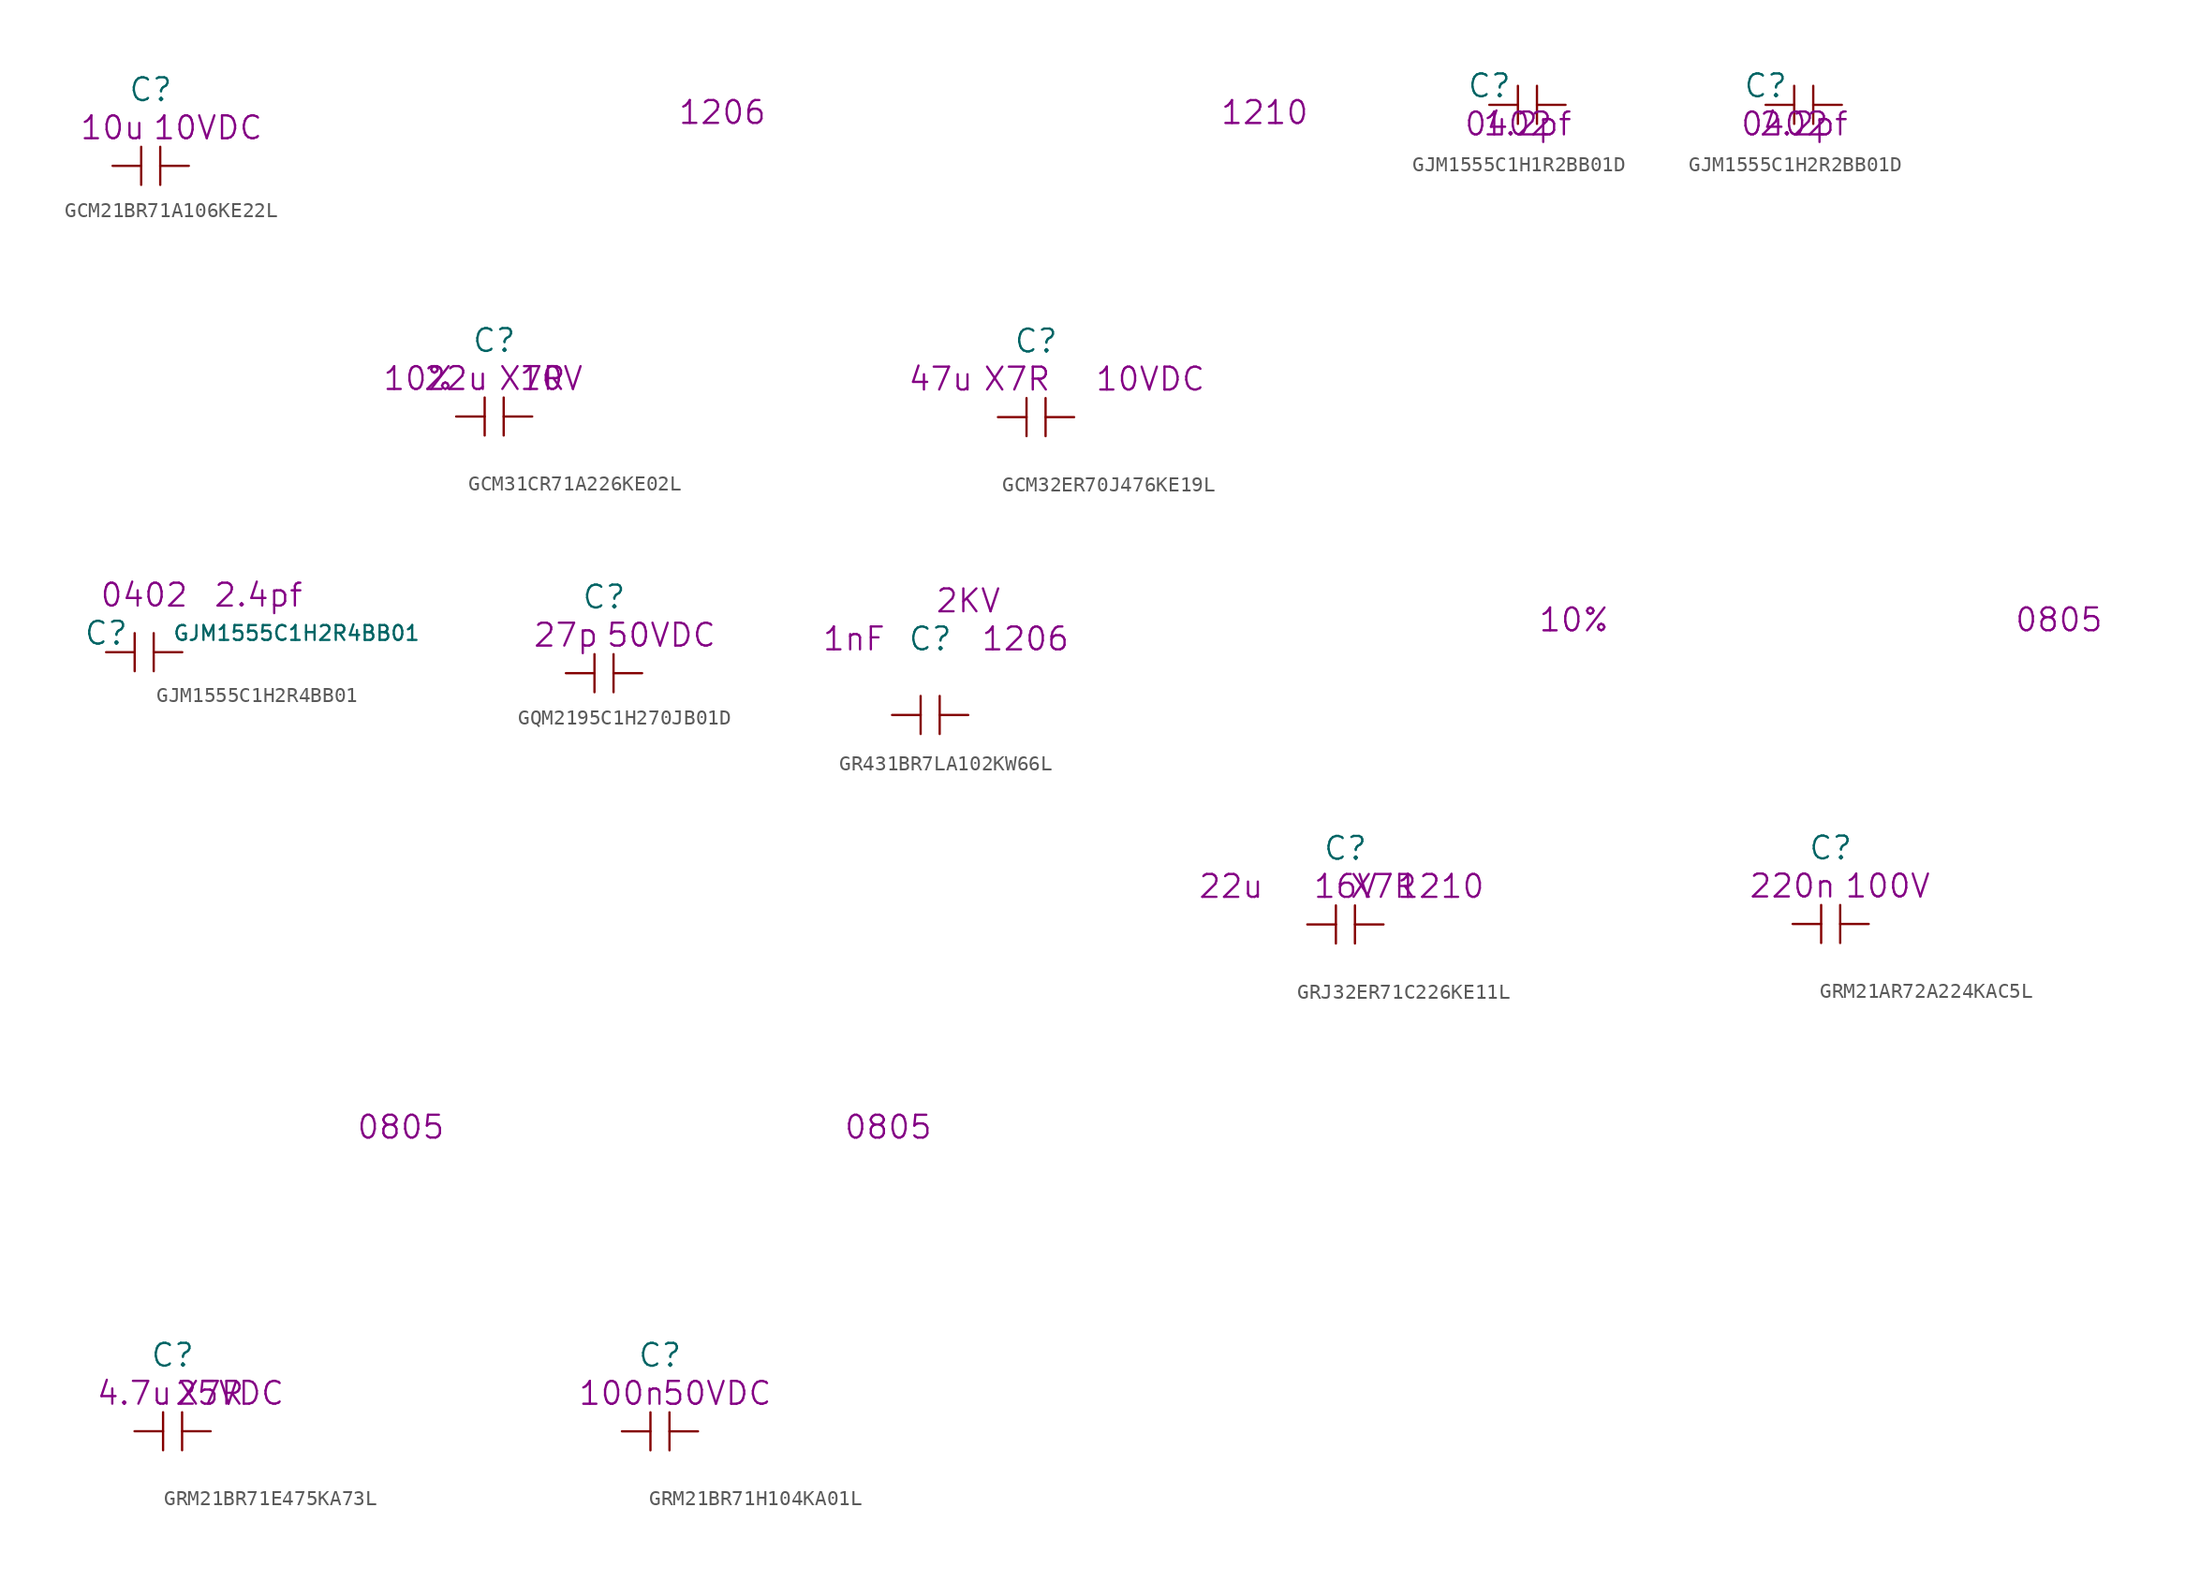
<source format=kicad_sym>
(kicad_symbol_lib
  (version 20220914)
  (generator kicad_symbol_editor)
  (symbol "GCM21BR71A106KE22L"
    (pin_numbers hide)
    (pin_names
      (offset 1.016) hide)
    (property "Reference" "C"
      (at 0 5.08 0)
      (effects (font (size 1.524 1.524))))
    (property "Datasheet" ""
      (at 0 0 0)
      (effects (font (size 1.524 1.524))))
    (property "Value2" "10u"
      (at -2.54 2.54 0)
      (effects (font (size 1.524 1.524))))
    (property "Rating" "10VDC"
      (at 3.81 2.54 0)
      (effects (font (size 1.524 1.524))))
    (symbol "GCM21BR71A106KE22L_0_1"
      (polyline (pts (xy -0.635 -1.27) (xy -0.635 1.27)) (stroke (width 0) (type solid)) (fill (type none)))
      (polyline (pts (xy 0.635 1.27) (xy 0.635 -1.27)) (stroke (width 0) (type solid)) (fill (type none))))
    (symbol "GCM21BR71A106KE22L_1_1"
      (pin passive line (at -2.54 0 0) (length 1.905) (name "1" (effects (font (size 1.27 1.27)))) (number "1" (effects (font (size 1.27 1.27)))))
      (pin passive line (at 2.54 0 180) (length 1.905) (name "2" (effects (font (size 1.27 1.27)))) (number "2" (effects (font (size 1.27 1.27)))))))
  (symbol "GCM31CR71A226KE02L"
    (pin_numbers hide)
    (pin_names
      (offset 1.016) hide)
    (property "Reference" "C"
      (at 0 5.08 0)
      (effects (font (size 1.524 1.524))))
    (property "Value2" "22u"
      (at -2.54 2.54 0)
      (effects (font (size 1.524 1.524))))
    (property "Rating" "10V"
      (at 3.81 2.54 0)
      (effects (font (size 1.524 1.524))))
    (property "Tolerance" "10%"
      (at -5.08 2.54 0)
      (effects (font (size 1.524 1.524))))
    (property "Dielectric" "X7R"
      (at 2.54 2.54 0)
      (effects (font (size 1.524 1.524))))
    (property "Size" "1206"
      (at 15.24 20.32 0)
      (effects (font (size 1.524 1.524))))
    (symbol "GCM31CR71A226KE02L_0_1"
      (polyline (pts (xy -0.635 -1.27) (xy -0.635 1.27)) (stroke (width 0) (type solid)) (fill (type none)))
      (polyline (pts (xy 0.635 1.27) (xy 0.635 -1.27)) (stroke (width 0) (type solid)) (fill (type none))))
    (symbol "GCM31CR71A226KE02L_1_1"
      (pin passive line (at -2.54 0 0) (length 1.905) (name "1" (effects (font (size 1.27 1.27)))) (number "1" (effects (font (size 1.27 1.27)))))
      (pin passive line (at 2.54 0 180) (length 1.905) (name "2" (effects (font (size 1.27 1.27)))) (number "2" (effects (font (size 1.27 1.27)))))))
  (symbol "GCM32ER70J476KE19L"
    (pin_numbers hide)
    (pin_names
      (offset 1.016) hide)
    (property "Reference" "C"
      (at 0 5.08 0)
      (effects (font (size 1.524 1.524))))
    (property "Datasheet" ""
      (at 0 5.08 0)
      (effects (font (size 1.524 1.524))))
    (property "Rating" "10VDC"
      (at 7.62 2.54 0)
      (effects (font (size 1.524 1.524))))
    (property "Dielectric" "X7R"
      (at -1.27 2.54 0)
      (effects (font (size 1.524 1.524))))
    (property "Value2" "47u"
      (at -6.35 2.54 0)
      (effects (font (size 1.524 1.524))))
    (property "Size" "1210"
      (at 15.24 20.32 0)
      (effects (font (size 1.524 1.524))))
    (symbol "GCM32ER70J476KE19L_0_1"
      (polyline (pts (xy -0.635 -1.27) (xy -0.635 1.27)) (stroke (width 0) (type solid)) (fill (type none)))
      (polyline (pts (xy 0.635 1.27) (xy 0.635 -1.27)) (stroke (width 0) (type solid)) (fill (type none))))
    (symbol "GCM32ER70J476KE19L_1_1"
      (pin passive line (at -2.54 0 0) (length 1.905) (name "1" (effects (font (size 1.27 1.27)))) (number "1" (effects (font (size 1.27 1.27)))))
      (pin passive line (at 2.54 0 180) (length 1.905) (name "2" (effects (font (size 1.27 1.27)))) (number "2" (effects (font (size 1.27 1.27)))))))
  (symbol "GJM1555C1H1R2BB01D"
    (pin_numbers hide)
    (pin_names
      (offset 1.016) hide)
    (property "Reference" "C"
      (at -2.54 1.27 0)
      (effects (font (size 1.524 1.524))))
    (property "Datasheet" ""
      (at -2.54 1.27 0)
      (effects (font (size 1.524 1.524))))
    (property "Value2" "1.2pf"
      (at 0 -1.27 0)
      (effects (font (size 1.524 1.524))))
    (property "Size" "0402"
      (at -1.27 -1.27 0)
      (effects (font (size 1.524 1.524))))
    (symbol "GJM1555C1H1R2BB01D_0_1"
      (polyline (pts (xy -0.635 -1.27) (xy -0.635 1.27)) (stroke (width 0) (type solid)) (fill (type none)))
      (polyline (pts (xy 0.635 1.27) (xy 0.635 -1.27)) (stroke (width 0) (type solid)) (fill (type none))))
    (symbol "GJM1555C1H1R2BB01D_1_1"
      (pin passive line (at -2.54 0 0) (length 1.905) (name "1" (effects (font (size 1.27 1.27)))) (number "1" (effects (font (size 1.27 1.27)))))
      (pin unspecified line (at 2.54 0 180) (length 1.905) (name "2" (effects (font (size 1.27 1.27)))) (number "2" (effects (font (size 1.27 1.27)))))))
  (symbol "GJM1555C1H2R2BB01D"
    (pin_numbers hide)
    (pin_names
      (offset 1.016) hide)
    (property "Reference" "C"
      (at -2.54 1.27 0)
      (effects (font (size 1.524 1.524))))
    (property "Datasheet" ""
      (at -2.54 1.27 0)
      (effects (font (size 1.524 1.524))))
    (property "Value2" "2.2pf"
      (at 0 -1.27 0)
      (effects (font (size 1.524 1.524))))
    (property "Size" "0402"
      (at -1.27 -1.27 0)
      (effects (font (size 1.524 1.524))))
    (symbol "GJM1555C1H2R2BB01D_0_1"
      (polyline (pts (xy -0.635 -1.27) (xy -0.635 1.27)) (stroke (width 0) (type solid)) (fill (type none)))
      (polyline (pts (xy 0.635 1.27) (xy 0.635 -1.27)) (stroke (width 0) (type solid)) (fill (type none))))
    (symbol "GJM1555C1H2R2BB01D_1_1"
      (pin passive line (at -2.54 0 0) (length 1.905) (name "1" (effects (font (size 1.27 1.27)))) (number "1" (effects (font (size 1.27 1.27)))))
      (pin passive line (at 2.54 0 180) (length 1.905) (name "2" (effects (font (size 1.27 1.27)))) (number "2" (effects (font (size 1.27 1.27)))))))
  (symbol "GJM1555C1H2R4BB01"
    (pin_numbers hide)
    (pin_names
      (offset 1.016) hide)
    (property "Reference" "C"
      (at -2.54 1.27 0)
      (effects (font (size 1.524 1.524))))
    (property "Value" "GJM1555C1H2R4BB01"
      (at 10.16 1.27 0)
      (effects (font (size 0.991 0.991))))
    (property "Size" "0402"
      (at 0 3.81 0)
      (effects (font (size 1.524 1.524))))
    (property "Value2" "2.4pf"
      (at 7.62 3.81 0)
      (effects (font (size 1.524 1.524))))
    (symbol "GJM1555C1H2R4BB01_0_1"
      (polyline (pts (xy -0.635 -1.27) (xy -0.635 1.27)) (stroke (width 0) (type solid)) (fill (type none)))
      (polyline (pts (xy 0.635 1.27) (xy 0.635 -1.27)) (stroke (width 0) (type solid)) (fill (type none))))
    (symbol "GJM1555C1H2R4BB01_1_1"
      (pin input line (at -2.54 0 0) (length 1.905) (name "1" (effects (font (size 1.27 1.27)))) (number "1" (effects (font (size 1.27 1.27)))))
      (pin input line (at 2.54 0 180) (length 1.905) (name "2" (effects (font (size 1.27 1.27)))) (number "2" (effects (font (size 1.27 1.27)))))))
  (symbol "GQM2195C1H270JB01D"
    (pin_numbers hide)
    (pin_names
      (offset 1.016) hide)
    (property "Reference" "C"
      (at 0 5.08 0)
      (effects (font (size 1.524 1.524))))
    (property "Datasheet" ""
      (at 0 5.08 0)
      (effects (font (size 1.524 1.524))))
    (property "Value2" "27p"
      (at -2.54 2.54 0)
      (effects (font (size 1.524 1.524))))
    (property "Rating" "50VDC"
      (at 3.81 2.54 0)
      (effects (font (size 1.524 1.524))))
    (symbol "GQM2195C1H270JB01D_0_1"
      (polyline (pts (xy -0.635 -1.27) (xy -0.635 1.27)) (stroke (width 0) (type solid)) (fill (type none)))
      (polyline (pts (xy 0.635 1.27) (xy 0.635 -1.27)) (stroke (width 0) (type solid)) (fill (type none))))
    (symbol "GQM2195C1H270JB01D_1_1"
      (pin passive line (at -2.54 0 0) (length 1.905) (name "1" (effects (font (size 1.27 1.27)))) (number "1" (effects (font (size 1.27 1.27)))))
      (pin passive line (at 2.54 0 180) (length 1.905) (name "2" (effects (font (size 1.27 1.27)))) (number "2" (effects (font (size 1.27 1.27)))))))
  (symbol "GR431BR7LA102KW66L"
    (pin_numbers hide)
    (pin_names
      (offset 1.016) hide)
    (property "Reference" "C"
      (at 0 5.08 0)
      (effects (font (size 1.524 1.524))))
    (property "Datasheet" ""
      (at 0 5.08 0)
      (effects (font (size 1.524 1.524))))
    (property "Value2" "1nF"
      (at -5.08 5.08 0)
      (effects (font (size 1.524 1.524))))
    (property "Size" "1206"
      (at 6.35 5.08 0)
      (effects (font (size 1.524 1.524))))
    (property "Rating" "2KV"
      (at 2.54 7.62 0)
      (effects (font (size 1.524 1.524))))
    (symbol "GR431BR7LA102KW66L_0_1"
      (polyline (pts (xy -0.635 -1.27) (xy -0.635 1.27)) (stroke (width 0) (type solid)) (fill (type none)))
      (polyline (pts (xy 0.635 1.27) (xy 0.635 -1.27)) (stroke (width 0) (type solid)) (fill (type none))))
    (symbol "GR431BR7LA102KW66L_1_1"
      (pin passive line (at -2.54 0 0) (length 1.905) (name "1" (effects (font (size 1.27 1.27)))) (number "1" (effects (font (size 1.27 1.27)))))
      (pin passive line (at 2.54 0 180) (length 1.905) (name "2" (effects (font (size 1.27 1.27)))) (number "2" (effects (font (size 1.27 1.27)))))))
  (symbol "GRJ32ER71C226KE11L"
    (pin_numbers hide)
    (pin_names
      (offset 1.016) hide)
    (property "Reference" "C"
      (at 0 5.08 0)
      (effects (font (size 1.524 1.524))))
    (property "Capacity" "22u"
      (at -7.62 2.54 0)
      (effects (font (size 1.524 1.524))))
    (property "Volt" "16V"
      (at 0 2.54 0)
      (effects (font (size 1.524 1.524))))
    (property "Size" "1210"
      (at 6.35 2.54 0)
      (effects (font (size 1.524 1.524))))
    (property "Dielectric" "X7R"
      (at 2.54 2.54 0)
      (effects (font (size 1.524 1.524))))
    (property "Tolerance" "10%"
      (at 15.24 20.32 0)
      (effects (font (size 1.524 1.524))))
    (symbol "GRJ32ER71C226KE11L_0_1"
      (polyline (pts (xy -0.635 -1.27) (xy -0.635 1.27)) (stroke (width 0) (type solid)) (fill (type none)))
      (polyline (pts (xy 0.635 1.27) (xy 0.635 -1.27)) (stroke (width 0) (type solid)) (fill (type none))))
    (symbol "GRJ32ER71C226KE11L_1_1"
      (pin passive line (at -2.54 0 0) (length 1.905) (name "1" (effects (font (size 1.27 1.27)))) (number "1" (effects (font (size 1.27 1.27)))))
      (pin passive line (at 2.54 0 180) (length 1.905) (name "2" (effects (font (size 1.27 1.27)))) (number "2" (effects (font (size 1.27 1.27)))))))
  (symbol "GRM21AR72A224KAC5L"
    (pin_numbers hide)
    (pin_names
      (offset 1.016) hide)
    (property "Reference" "C"
      (at 0 5.08 0)
      (effects (font (size 1.524 1.524))))
    (property "Value2" "220n"
      (at -2.54 2.54 0)
      (effects (font (size 1.524 1.524))))
    (property "Rating" "100V"
      (at 3.81 2.54 0)
      (effects (font (size 1.524 1.524))))
    (property "Size" "0805"
      (at 15.24 20.32 0)
      (effects (font (size 1.524 1.524))))
    (symbol "GRM21AR72A224KAC5L_0_1"
      (polyline (pts (xy -0.635 -1.27) (xy -0.635 1.27)) (stroke (width 0) (type solid)) (fill (type none)))
      (polyline (pts (xy 0.635 1.27) (xy 0.635 -1.27)) (stroke (width 0) (type solid)) (fill (type none))))
    (symbol "GRM21AR72A224KAC5L_1_1"
      (pin input line (at -2.54 0 0) (length 1.905) (name "1" (effects (font (size 1.27 1.27)))) (number "1" (effects (font (size 1.27 1.27)))))
      (pin input line (at 2.54 0 180) (length 1.905) (name "2" (effects (font (size 1.27 1.27)))) (number "2" (effects (font (size 1.27 1.27)))))))
  (symbol "GRM21BR71E475KA73L"
    (pin_numbers hide)
    (pin_names
      (offset 1.016) hide)
    (property "Reference" "C"
      (at 0 5.08 0)
      (effects (font (size 1.524 1.524))))
    (property "Datasheet" ""
      (at 0 0 0)
      (effects (font (size 1.524 1.524))))
    (property "Value2" "4.7u"
      (at -2.54 2.54 0)
      (effects (font (size 1.524 1.524))))
    (property "Rating" "25VDC"
      (at 3.81 2.54 0)
      (effects (font (size 1.524 1.524))))
    (property "Dielectric" "X7R"
      (at 2.54 2.54 0)
      (effects (font (size 1.524 1.524))))
    (property "Size" "0805"
      (at 15.24 20.32 0)
      (effects (font (size 1.524 1.524))))
    (symbol "GRM21BR71E475KA73L_0_1"
      (polyline (pts (xy -0.635 -1.27) (xy -0.635 1.27)) (stroke (width 0) (type solid)) (fill (type none)))
      (polyline (pts (xy 0.635 1.27) (xy 0.635 -1.27)) (stroke (width 0) (type solid)) (fill (type none))))
    (symbol "GRM21BR71E475KA73L_1_1"
      (pin passive line (at -2.54 0 0) (length 1.905) (name "1" (effects (font (size 1.27 1.27)))) (number "1" (effects (font (size 1.27 1.27)))))
      (pin passive line (at 2.54 0 180) (length 1.905) (name "2" (effects (font (size 1.27 1.27)))) (number "2" (effects (font (size 1.27 1.27)))))))
  (symbol "GRM21BR71H104KA01L"
    (pin_numbers hide)
    (pin_names
      (offset 1.016) hide)
    (property "Reference" "C"
      (at 0 5.08 0)
      (effects (font (size 1.524 1.524))))
    (property "Value2" "100n"
      (at -2.54 2.54 0)
      (effects (font (size 1.524 1.524))))
    (property "Rating" "50VDC"
      (at 3.81 2.54 0)
      (effects (font (size 1.524 1.524))))
    (property "Size" "0805"
      (at 15.24 20.32 0)
      (effects (font (size 1.524 1.524))))
    (symbol "GRM21BR71H104KA01L_0_1"
      (polyline (pts (xy -0.635 -1.27) (xy -0.635 1.27)) (stroke (width 0) (type solid)) (fill (type none)))
      (polyline (pts (xy 0.635 1.27) (xy 0.635 -1.27)) (stroke (width 0) (type solid)) (fill (type none))))
    (symbol "GRM21BR71H104KA01L_1_1"
      (pin passive line (at -2.54 0 0) (length 1.905) (name "1" (effects (font (size 1.27 1.27)))) (number "1" (effects (font (size 1.27 1.27)))))
      (pin passive line (at 2.54 0 180) (length 1.905) (name "2" (effects (font (size 1.27 1.27)))) (number "2" (effects (font (size 1.27 1.27))))))))
</source>
